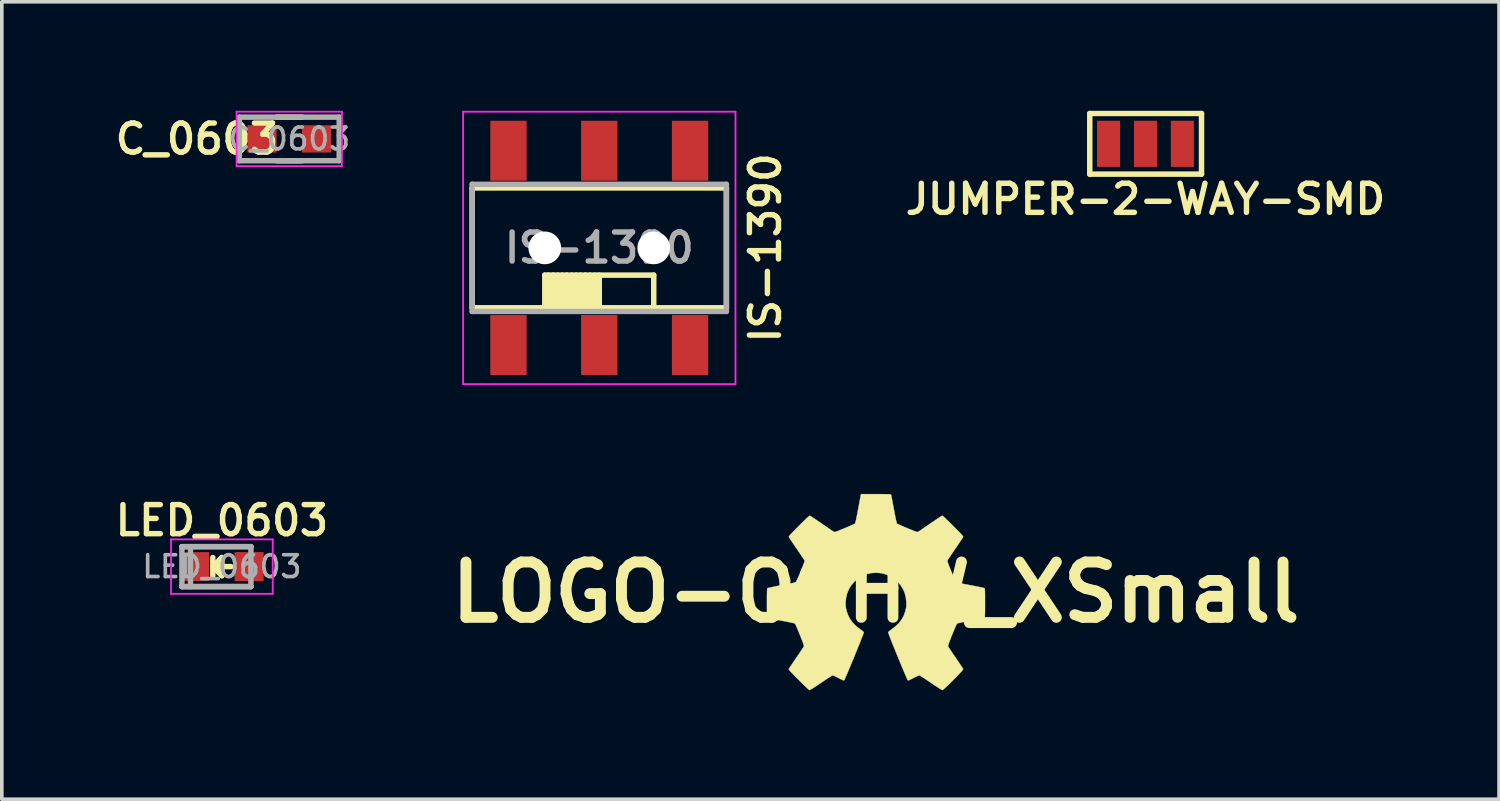
<source format=kicad_pcb>
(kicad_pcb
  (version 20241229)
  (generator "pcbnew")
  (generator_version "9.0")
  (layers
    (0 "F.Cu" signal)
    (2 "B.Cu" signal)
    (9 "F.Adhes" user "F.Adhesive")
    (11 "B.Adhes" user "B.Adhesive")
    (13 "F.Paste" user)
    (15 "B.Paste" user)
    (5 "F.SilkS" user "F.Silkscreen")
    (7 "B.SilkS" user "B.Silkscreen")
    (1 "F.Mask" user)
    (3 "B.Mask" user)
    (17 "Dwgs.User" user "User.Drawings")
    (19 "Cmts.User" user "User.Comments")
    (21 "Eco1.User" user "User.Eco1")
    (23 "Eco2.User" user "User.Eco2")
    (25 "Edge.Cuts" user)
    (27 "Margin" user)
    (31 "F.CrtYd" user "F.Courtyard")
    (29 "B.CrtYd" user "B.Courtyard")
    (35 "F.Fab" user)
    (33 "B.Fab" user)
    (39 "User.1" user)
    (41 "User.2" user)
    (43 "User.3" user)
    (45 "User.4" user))
  (footprint "IS-1390"
    (layer "F.Cu")
    (at 13.45 3.775)
    (property "Reference" "IS-1390" (at 4.572 0 90) (layer "F.SilkS") (effects (font (size 0.8 0.8) (thickness 0.15))))
    (attr through_hole)
    (fp_line (start -3.5 -1.65) (end 3.5 -1.65) (stroke (width 0.15) (type solid)) (layer "F.SilkS"))
    (fp_line (start -3.5 1.65) (end -3.5 -1.65) (stroke (width 0.15) (type solid)) (layer "F.SilkS"))
    (fp_line (start -3.5 1.65) (end 3.5 1.65) (stroke (width 0.15) (type solid)) (layer "F.SilkS"))
    (fp_line (start -1.5 1.65) (end -1.5 0.75) (stroke (width 0.15) (type solid)) (layer "F.SilkS"))
    (fp_line (start -1.397 1.65) (end -1.397 0.75) (stroke (width 0.15) (type solid)) (layer "F.SilkS"))
    (fp_line (start -1.27 1.65) (end -1.27 0.75) (stroke (width 0.15) (type solid)) (layer "F.SilkS"))
    (fp_line (start -1.143 1.65) (end -1.143 0.75) (stroke (width 0.15) (type solid)) (layer "F.SilkS"))
    (fp_line (start -1.016 1.65) (end -1.016 0.75) (stroke (width 0.15) (type solid)) (layer "F.SilkS"))
    (fp_line (start -0.889 1.65) (end -0.889 0.75) (stroke (width 0.15) (type solid)) (layer "F.SilkS"))
    (fp_line (start -0.762 1.65) (end -0.762 0.75) (stroke (width 0.15) (type solid)) (layer "F.SilkS"))
    (fp_line (start -0.635 1.65) (end -0.635 0.75) (stroke (width 0.15) (type solid)) (layer "F.SilkS"))
    (fp_line (start -0.508 1.65) (end -0.508 0.75) (stroke (width 0.15) (type solid)) (layer "F.SilkS"))
    (fp_line (start -0.381 1.65) (end -0.381 0.75) (stroke (width 0.15) (type solid)) (layer "F.SilkS"))
    (fp_line (start -0.254 1.65) (end -0.254 0.75) (stroke (width 0.15) (type solid)) (layer "F.SilkS"))
    (fp_line (start -0.127 0.75) (end -0.127 1.65) (stroke (width 0.15) (type solid)) (layer "F.SilkS"))
    (fp_line (start 0 1.65) (end 0 0.75) (stroke (width 0.15) (type solid)) (layer "F.SilkS"))
    (fp_line (start 1.5 0.75) (end -1.5 0.75) (stroke (width 0.15) (type solid)) (layer "F.SilkS"))
    (fp_line (start 1.5 1.65) (end 1.5 0.75) (stroke (width 0.15) (type solid)) (layer "F.SilkS"))
    (fp_line (start 3.5 -1.65) (end 3.5 1.65) (stroke (width 0.15) (type solid)) (layer "F.SilkS"))
    (fp_line (start -3.75 -3.75) (end -3.75 3.75) (stroke (width 0.05) (type solid)) (layer "F.CrtYd"))
    (fp_line (start -3.75 3.75) (end 3.75 3.75) (stroke (width 0.05) (type solid)) (layer "F.CrtYd"))
    (fp_line (start 3.75 -3.75) (end -3.75 -3.75) (stroke (width 0.05) (type solid)) (layer "F.CrtYd"))
    (fp_line (start 3.75 3.75) (end 3.75 -3.75) (stroke (width 0.05) (type solid)) (layer "F.CrtYd"))
    (fp_line (start -3.5 -1.75) (end 3.5 -1.75) (stroke (width 0.15) (type solid)) (layer "F.Fab"))
    (fp_line (start -3.5 1.75) (end -3.5 -1.75) (stroke (width 0.15) (type solid)) (layer "F.Fab"))
    (fp_line (start -3.5 1.75) (end 3.5 1.75) (stroke (width 0.15) (type solid)) (layer "F.Fab"))
    (fp_line (start 3.5 -1.75) (end 3.5 1.75) (stroke (width 0.15) (type solid)) (layer "F.Fab"))
    (fp_text user "${REFERENCE}" (at 0 0 0) (layer "F.Fab") (effects (font (size 0.8 0.8) (thickness 0.15))))
    (pad "" np_thru_hole circle (at -1.5 0 90) (size 0.9 0.9) (drill 0.9) (layers "*.Cu" "*.Mask"))
    (pad "" np_thru_hole circle (at 1.5 0 90) (size 0.9 0.9) (drill 0.9) (layers "*.Cu" "*.Mask"))
    (pad "1" smd rect (at -2.5 2.675 90) (size 1.65 1) (layers "F.Cu" "F.Mask" "F.Paste"))
    (pad "2" smd rect (at 0 2.675 90) (size 1.65 1) (layers "F.Cu" "F.Mask" "F.Paste"))
    (pad "3" smd rect (at 2.5 2.675 90) (size 1.65 1) (layers "F.Cu" "F.Mask" "F.Paste"))
    (pad "4" smd rect (at 2.5 -2.675 90) (size 1.65 1) (layers "F.Cu" "F.Mask" "F.Paste"))
    (pad "5" smd rect (at 0 -2.675 90) (size 1.65 1) (layers "F.Cu" "F.Mask" "F.Paste"))
    (pad "6" smd rect (at -2.5 -2.675 90) (size 1.65 1) (layers "F.Cu" "F.Mask" "F.Paste")))
  (footprint "C_0603"
    (layer "F.Cu")
    (at 4.914 0.775)
    (property "Reference" "C_0603" (at -2.54 0 0) (layer "F.SilkS") (effects (font (size 0.8 0.8) (thickness 0.15))))
    (attr smd)
    (fp_line (start -0.35 -0.6) (end 0.35 -0.6) (stroke (width 0.15) (type solid)) (layer "F.SilkS"))
    (fp_line (start 0.35 0.6) (end -0.35 0.6) (stroke (width 0.15) (type solid)) (layer "F.SilkS"))
    (fp_line (start -1.45 -0.75) (end -1.45 0.75) (stroke (width 0.05) (type solid)) (layer "F.CrtYd"))
    (fp_line (start -1.45 -0.75) (end 1.45 -0.75) (stroke (width 0.05) (type solid)) (layer "F.CrtYd"))
    (fp_line (start -1.45 0.75) (end 1.45 0.75) (stroke (width 0.05) (type solid)) (layer "F.CrtYd"))
    (fp_line (start 1.45 -0.75) (end 1.45 0.75) (stroke (width 0.05) (type solid)) (layer "F.CrtYd"))
    (fp_line (start -1.375 -0.6) (end 1.375 -0.6) (stroke (width 0.15) (type solid)) (layer "F.Fab"))
    (fp_line (start -1.375 0.6) (end -1.375 -0.6) (stroke (width 0.15) (type solid)) (layer "F.Fab"))
    (fp_line (start 1.375 -0.6) (end 1.375 0.6) (stroke (width 0.15) (type solid)) (layer "F.Fab"))
    (fp_line (start 1.375 0.6) (end -1.375 0.6) (stroke (width 0.15) (type solid)) (layer "F.Fab"))
    (fp_text user "${REFERENCE}" (at 0 0 0) (layer "F.Fab") (effects (font (size 0.6 0.6) (thickness 0.1))))
    (pad "1" smd rect (at -0.75 0) (size 0.8 0.75) (layers "F.Cu" "F.Mask" "F.Paste"))
    (pad "2" smd rect (at 0.75 0) (size 0.8 0.75) (layers "F.Cu" "F.Mask" "F.Paste")))
  (footprint "LED_0603"
    (layer "F.Cu")
    (at 3.059 12.551)
    (property "Reference" "LED_0603" (at 0 -1.27 0) (layer "F.SilkS") (effects (font (size 0.8 0.8) (thickness 0.15))))
    (attr smd)
    (fp_line (start -1.1 -0.55) (end 0.8 -0.55) (stroke (width 0.15) (type solid)) (layer "F.SilkS"))
    (fp_line (start -1.1 0.55) (end 0.8 0.55) (stroke (width 0.15) (type solid)) (layer "F.SilkS"))
    (fp_line (start -0.25 -0.25) (end -0.25 0.25) (stroke (width 0.15) (type solid)) (layer "F.SilkS"))
    (fp_line (start -0.25 0) (end 0 -0.25) (stroke (width 0.15) (type solid)) (layer "F.SilkS"))
    (fp_line (start -0.2 0) (end 0.25 0) (stroke (width 0.15) (type solid)) (layer "F.SilkS"))
    (fp_line (start 0 -0.25) (end 0 0.25) (stroke (width 0.15) (type solid)) (layer "F.SilkS"))
    (fp_line (start 0 0.25) (end -0.25 0) (stroke (width 0.15) (type solid)) (layer "F.SilkS"))
    (fp_line (start -1.4 -0.75) (end 1.4 -0.75) (stroke (width 0.05) (type solid)) (layer "F.CrtYd"))
    (fp_line (start -1.4 0.75) (end -1.4 -0.75) (stroke (width 0.05) (type solid)) (layer "F.CrtYd"))
    (fp_line (start 1.4 -0.75) (end 1.4 0.75) (stroke (width 0.05) (type solid)) (layer "F.CrtYd"))
    (fp_line (start 1.4 0.75) (end -1.4 0.75) (stroke (width 0.05) (type solid)) (layer "F.CrtYd"))
    (fp_line (start -1.1 -0.55) (end -1.1 0.55) (stroke (width 0.15) (type solid)) (layer "F.Fab"))
    (fp_line (start -1.1 -0.55) (end 0.8 -0.55) (stroke (width 0.15) (type solid)) (layer "F.Fab"))
    (fp_line (start -1.1 0.55) (end 0.8 0.55) (stroke (width 0.15) (type solid)) (layer "F.Fab"))
    (fp_line (start -0.864 -0.55) (end -0.864 0.55) (stroke (width 0.15) (type solid)) (layer "F.Fab"))
    (fp_line (start 0.8 -0.55) (end 0.8 0.55) (stroke (width 0.15) (type solid)) (layer "F.Fab"))
    (fp_text user "${REFERENCE}" (at 0 0 0) (layer "F.Fab") (effects (font (size 0.6 0.6) (thickness 0.1))))
    (pad "1" smd rect (at -0.749 0 180) (size 0.798 0.798) (layers "F.Cu" "F.Mask" "F.Paste"))
    (pad "2" smd rect (at 0.749 0 180) (size 0.798 0.798) (layers "F.Cu" "F.Mask" "F.Paste")))
  (footprint "LOGO-OSHW_XSmall"
    (layer "F.Cu")
    (at 21.064 13.258)
    (property "Reference" "LOGO-OSHW_XSmall" (at 0 0 0) (layer "F.SilkS") (effects (font (size 1.524 1.524) (thickness 0.3))))
    (attr through_hole)
    (fp_poly (pts (xy 0.107 -2.703) (xy 0.191 -2.702) (xy 0.258 -2.702) (xy 0.311 -2.701) (xy 0.35 -2.7) (xy 0.379 -2.698) (xy 0.399 -2.696) (xy 0.411 -2.694) (xy 0.417 -2.69) (xy 0.42 -2.686) (xy 0.421 -2.685) (xy 0.424 -2.671) (xy 0.43 -2.64) (xy 0.439 -2.593) (xy 0.451 -2.533) (xy 0.464 -2.462) (xy 0.479 -2.383) (xy 0.495 -2.298) (xy 0.497 -2.287) (xy 0.517 -2.182) (xy 0.533 -2.097) (xy 0.547 -2.028) (xy 0.559 -1.975) (xy 0.568 -1.936) (xy 0.576 -1.909) (xy 0.583 -1.893) (xy 0.586 -1.889) (xy 0.599 -1.881) (xy 0.628 -1.868) (xy 0.67 -1.849) (xy 0.722 -1.826) (xy 0.781 -1.801) (xy 0.843 -1.774) (xy 0.906 -1.748) (xy 0.967 -1.723) (xy 1.023 -1.701) (xy 1.071 -1.682) (xy 1.107 -1.668) (xy 1.129 -1.661) (xy 1.13 -1.661) (xy 1.15 -1.661) (xy 1.177 -1.672) (xy 1.21 -1.693) (xy 1.232 -1.708) (xy 1.268 -1.733) (xy 1.316 -1.766) (xy 1.373 -1.805) (xy 1.437 -1.848) (xy 1.504 -1.895) (xy 1.534 -1.915) (xy 1.6 -1.96) (xy 1.662 -2.002) (xy 1.717 -2.039) (xy 1.762 -2.069) (xy 1.797 -2.091) (xy 1.818 -2.104) (xy 1.823 -2.107) (xy 1.83 -2.106) (xy 1.842 -2.1) (xy 1.86 -2.087) (xy 1.885 -2.066) (xy 1.918 -2.035) (xy 1.961 -1.994) (xy 2.015 -1.942) (xy 2.081 -1.877) (xy 2.126 -1.832) (xy 2.201 -1.756) (xy 2.263 -1.693) (xy 2.313 -1.642) (xy 2.35 -1.602) (xy 2.377 -1.572) (xy 2.395 -1.55) (xy 2.404 -1.536) (xy 2.405 -1.529) (xy 2.398 -1.516) (xy 2.382 -1.489) (xy 2.356 -1.449) (xy 2.322 -1.398) (xy 2.283 -1.338) (xy 2.238 -1.272) (xy 2.189 -1.201) (xy 2.188 -1.199) (xy 2.139 -1.128) (xy 2.094 -1.061) (xy 2.054 -1.002) (xy 2.02 -0.951) (xy 1.993 -0.911) (xy 1.975 -0.883) (xy 1.968 -0.87) (xy 1.968 -0.87) (xy 1.97 -0.856) (xy 1.979 -0.826) (xy 1.994 -0.784) (xy 2.014 -0.732) (xy 2.038 -0.672) (xy 2.064 -0.609) (xy 2.091 -0.543) (xy 2.118 -0.48) (xy 2.144 -0.42) (xy 2.168 -0.368) (xy 2.189 -0.325) (xy 2.204 -0.295) (xy 2.213 -0.282) (xy 2.224 -0.276) (xy 2.247 -0.268) (xy 2.284 -0.259) (xy 2.335 -0.247) (xy 2.402 -0.233) (xy 2.486 -0.217) (xy 2.589 -0.197) (xy 2.603 -0.195) (xy 2.688 -0.179) (xy 2.767 -0.163) (xy 2.838 -0.149) (xy 2.898 -0.136) (xy 2.945 -0.126) (xy 2.977 -0.117) (xy 2.991 -0.112) (xy 2.992 -0.112) (xy 2.996 -0.107) (xy 2.999 -0.097) (xy 3.002 -0.08) (xy 3.004 -0.055) (xy 3.005 -0.02) (xy 3.006 0.027) (xy 3.007 0.089) (xy 3.007 0.167) (xy 3.007 0.262) (xy 3.007 0.295) (xy 3.007 0.398) (xy 3.007 0.482) (xy 3.006 0.55) (xy 3.005 0.603) (xy 3.003 0.642) (xy 3.001 0.67) (xy 2.999 0.687) (xy 2.995 0.697) (xy 2.993 0.7) (xy 2.98 0.704) (xy 2.95 0.712) (xy 2.904 0.722) (xy 2.845 0.735) (xy 2.776 0.748) (xy 2.698 0.764) (xy 2.62 0.778) (xy 2.536 0.794) (xy 2.459 0.809) (xy 2.389 0.823) (xy 2.33 0.836) (xy 2.284 0.846) (xy 2.253 0.854) (xy 2.24 0.858) (xy 2.229 0.872) (xy 2.212 0.906) (xy 2.188 0.959) (xy 2.157 1.031) (xy 2.12 1.122) (xy 2.1 1.172) (xy 2.066 1.256) (xy 2.04 1.324) (xy 2.02 1.377) (xy 2.005 1.417) (xy 1.996 1.447) (xy 1.991 1.468) (xy 1.989 1.482) (xy 1.991 1.492) (xy 1.992 1.496) (xy 2.001 1.509) (xy 2.019 1.538) (xy 2.047 1.578) (xy 2.081 1.63) (xy 2.121 1.689) (xy 2.166 1.755) (xy 2.203 1.808) (xy 2.249 1.876) (xy 2.293 1.94) (xy 2.331 1.998) (xy 2.362 2.046) (xy 2.386 2.083) (xy 2.401 2.108) (xy 2.406 2.116) (xy 2.4 2.128) (xy 2.381 2.152) (xy 2.352 2.186) (xy 2.313 2.228) (xy 2.268 2.277) (xy 2.217 2.33) (xy 2.162 2.386) (xy 2.106 2.442) (xy 2.051 2.497) (xy 1.998 2.549) (xy 1.949 2.595) (xy 1.906 2.635) (xy 1.871 2.665) (xy 1.846 2.685) (xy 1.833 2.692) (xy 1.833 2.692) (xy 1.82 2.687) (xy 1.792 2.671) (xy 1.752 2.646) (xy 1.701 2.613) (xy 1.642 2.575) (xy 1.576 2.531) (xy 1.515 2.489) (xy 1.446 2.442) (xy 1.381 2.399) (xy 1.323 2.36) (xy 1.273 2.329) (xy 1.234 2.305) (xy 1.208 2.29) (xy 1.198 2.286) (xy 1.181 2.291) (xy 1.151 2.303) (xy 1.11 2.322) (xy 1.062 2.346) (xy 1.035 2.36) (xy 0.982 2.388) (xy 0.943 2.407) (xy 0.916 2.418) (xy 0.899 2.423) (xy 0.888 2.423) (xy 0.88 2.418) (xy 0.873 2.405) (xy 0.859 2.376) (xy 0.839 2.331) (xy 0.814 2.273) (xy 0.785 2.205) (xy 0.752 2.127) (xy 0.716 2.041) (xy 0.678 1.95) (xy 0.639 1.855) (xy 0.599 1.758) (xy 0.56 1.662) (xy 0.521 1.567) (xy 0.484 1.476) (xy 0.45 1.391) (xy 0.419 1.313) (xy 0.392 1.244) (xy 0.37 1.186) (xy 0.354 1.142) (xy 0.343 1.112) (xy 0.34 1.1) (xy 0.34 1.1) (xy 0.351 1.087) (xy 0.374 1.066) (xy 0.408 1.04) (xy 0.448 1.011) (xy 0.449 1.011) (xy 0.558 0.925) (xy 0.649 0.833) (xy 0.722 0.733) (xy 0.778 0.625) (xy 0.817 0.506) (xy 0.824 0.478) (xy 0.834 0.428) (xy 0.84 0.384) (xy 0.842 0.338) (xy 0.841 0.282) (xy 0.84 0.259) (xy 0.825 0.128) (xy 0.792 0.006) (xy 0.741 -0.106) (xy 0.671 -0.212) (xy 0.596 -0.296) (xy 0.497 -0.382) (xy 0.39 -0.448) (xy 0.274 -0.497) (xy 0.15 -0.527) (xy 0.018 -0.538) (xy 0.005 -0.538) (xy -0.127 -0.529) (xy -0.252 -0.501) (xy -0.369 -0.454) (xy -0.477 -0.389) (xy -0.577 -0.305) (xy -0.586 -0.296) (xy -0.672 -0.197) (xy -0.739 -0.091) (xy -0.788 0.023) (xy -0.818 0.146) (xy -0.83 0.259) (xy -0.832 0.32) (xy -0.831 0.369) (xy -0.826 0.414) (xy -0.817 0.461) (xy -0.814 0.478) (xy -0.777 0.6) (xy -0.723 0.713) (xy -0.652 0.817) (xy -0.562 0.913) (xy -0.454 1.001) (xy -0.419 1.026) (xy -0.383 1.052) (xy -0.353 1.075) (xy -0.334 1.093) (xy -0.33 1.1) (xy -0.333 1.111) (xy -0.343 1.14) (xy -0.359 1.184) (xy -0.381 1.241) (xy -0.408 1.309) (xy -0.438 1.387) (xy -0.473 1.472) (xy -0.509 1.563) (xy -0.548 1.657) (xy -0.587 1.754) (xy -0.627 1.851) (xy -0.666 1.946) (xy -0.704 2.037) (xy -0.74 2.123) (xy -0.773 2.201) (xy -0.803 2.27) (xy -0.828 2.329) (xy -0.848 2.374) (xy -0.862 2.404) (xy -0.87 2.418) (xy -0.87 2.418) (xy -0.877 2.423) (xy -0.888 2.423) (xy -0.906 2.418) (xy -0.933 2.407) (xy -0.972 2.387) (xy -1.025 2.36) (xy -1.075 2.334) (xy -1.12 2.313) (xy -1.157 2.296) (xy -1.181 2.287) (xy -1.187 2.286) (xy -1.201 2.292) (xy -1.228 2.307) (xy -1.269 2.332) (xy -1.32 2.365) (xy -1.379 2.404) (xy -1.444 2.448) (xy -1.505 2.489) (xy -1.575 2.536) (xy -1.64 2.58) (xy -1.698 2.618) (xy -1.747 2.65) (xy -1.786 2.673) (xy -1.812 2.688) (xy -1.823 2.692) (xy -1.836 2.685) (xy -1.862 2.665) (xy -1.901 2.63) (xy -1.954 2.58) (xy -2.019 2.516) (xy -2.099 2.438) (xy -2.122 2.414) (xy -2.197 2.339) (xy -2.258 2.277) (xy -2.306 2.227) (xy -2.343 2.188) (xy -2.369 2.158) (xy -2.386 2.137) (xy -2.394 2.123) (xy -2.396 2.116) (xy -2.389 2.103) (xy -2.372 2.076) (xy -2.346 2.036) (xy -2.313 1.986) (xy -2.273 1.927) (xy -2.229 1.862) (xy -2.192 1.808) (xy -2.145 1.739) (xy -2.101 1.675) (xy -2.062 1.617) (xy -2.029 1.568) (xy -2.004 1.53) (xy -1.988 1.505) (xy -1.982 1.496) (xy -1.979 1.487) (xy -1.979 1.475) (xy -1.983 1.458) (xy -1.99 1.433) (xy -2.002 1.398) (xy -2.019 1.351) (xy -2.043 1.29) (xy -2.073 1.214) (xy -2.09 1.172) (xy -2.13 1.072) (xy -2.164 0.991) (xy -2.191 0.929) (xy -2.212 0.886) (xy -2.226 0.863) (xy -2.23 0.858) (xy -2.244 0.853) (xy -2.276 0.845) (xy -2.324 0.835) (xy -2.384 0.822) (xy -2.454 0.808) (xy -2.533 0.793) (xy -2.61 0.778) (xy -2.693 0.763) (xy -2.77 0.748) (xy -2.839 0.734) (xy -2.897 0.721) (xy -2.942 0.711) (xy -2.972 0.704) (xy -2.983 0.7) (xy -2.987 0.694) (xy -2.99 0.68) (xy -2.992 0.658) (xy -2.994 0.625) (xy -2.995 0.58) (xy -2.996 0.52) (xy -2.997 0.445) (xy -2.997 0.352) (xy -2.997 0.295) (xy -2.997 0.193) (xy -2.997 0.111) (xy -2.996 0.045) (xy -2.995 -0.007) (xy -2.994 -0.046) (xy -2.992 -0.074) (xy -2.99 -0.093) (xy -2.987 -0.104) (xy -2.983 -0.111) (xy -2.981 -0.112) (xy -2.968 -0.117) (xy -2.937 -0.125) (xy -2.891 -0.135) (xy -2.831 -0.148) (xy -2.761 -0.162) (xy -2.683 -0.178) (xy -2.598 -0.194) (xy -2.593 -0.195) (xy -2.488 -0.215) (xy -2.401 -0.232) (xy -2.332 -0.246) (xy -2.279 -0.257) (xy -2.241 -0.267) (xy -2.216 -0.275) (xy -2.204 -0.281) (xy -2.203 -0.282) (xy -2.193 -0.298) (xy -2.177 -0.329) (xy -2.156 -0.372) (xy -2.132 -0.425) (xy -2.106 -0.485) (xy -2.078 -0.549) (xy -2.051 -0.615) (xy -2.025 -0.678) (xy -2.002 -0.737) (xy -1.982 -0.789) (xy -1.968 -0.83) (xy -1.959 -0.858) (xy -1.957 -0.87) (xy -1.965 -0.882) (xy -1.982 -0.91) (xy -2.009 -0.95) (xy -2.043 -1) (xy -2.083 -1.06) (xy -2.128 -1.126) (xy -2.176 -1.197) (xy -2.178 -1.199) (xy -2.226 -1.27) (xy -2.271 -1.336) (xy -2.311 -1.396) (xy -2.345 -1.447) (xy -2.371 -1.488) (xy -2.388 -1.516) (xy -2.395 -1.529) (xy -2.395 -1.529) (xy -2.392 -1.538) (xy -2.382 -1.554) (xy -2.363 -1.577) (xy -2.334 -1.609) (xy -2.294 -1.651) (xy -2.243 -1.704) (xy -2.178 -1.769) (xy -2.116 -1.832) (xy -2.042 -1.905) (xy -1.981 -1.965) (xy -1.932 -2.012) (xy -1.893 -2.049) (xy -1.864 -2.075) (xy -1.842 -2.093) (xy -1.827 -2.103) (xy -1.817 -2.107) (xy -1.813 -2.107) (xy -1.8 -2.099) (xy -1.772 -2.082) (xy -1.733 -2.056) (xy -1.682 -2.023) (xy -1.624 -1.983) (xy -1.56 -1.94) (xy -1.524 -1.915) (xy -1.456 -1.868) (xy -1.39 -1.823) (xy -1.33 -1.782) (xy -1.277 -1.746) (xy -1.236 -1.717) (xy -1.207 -1.698) (xy -1.199 -1.693) (xy -1.164 -1.671) (xy -1.138 -1.661) (xy -1.119 -1.661) (xy -1.097 -1.668) (xy -1.061 -1.682) (xy -1.013 -1.7) (xy -0.957 -1.723) (xy -0.896 -1.748) (xy -0.833 -1.774) (xy -0.77 -1.801) (xy -0.712 -1.826) (xy -0.66 -1.849) (xy -0.618 -1.868) (xy -0.589 -1.882) (xy -0.576 -1.889) (xy -0.57 -1.899) (xy -0.563 -1.918) (xy -0.554 -1.949) (xy -0.544 -1.992) (xy -0.532 -2.05) (xy -0.517 -2.123) (xy -0.5 -2.214) (xy -0.487 -2.282) (xy -0.471 -2.368) (xy -0.456 -2.447) (xy -0.443 -2.519) (xy -0.431 -2.581) (xy -0.422 -2.629) (xy -0.415 -2.663) (xy -0.412 -2.679) (xy -0.412 -2.68) (xy -0.406 -2.703) (xy 0.005 -2.703) (xy 0.107 -2.703)) (stroke (width 0.01) (type solid)) (fill yes) (layer "F.SilkS")))
  (footprint "JUMPER-2-WAY-SMD"
    (layer "F.Cu")
    (at 28.489 0.91)
    (property "Reference" "JUMPER-2-WAY-SMD" (at 0 1.524 0) (layer "F.SilkS") (effects (font (size 0.8 0.8) (thickness 0.15))))
    (attr exclude_from_pos_files exclude_from_bom)
    (fp_line (start -1.534 -0.835) (end -1.534 0.835) (stroke (width 0.15) (type solid)) (layer "F.SilkS"))
    (fp_line (start -1.534 0.835) (end 1.543 0.835) (stroke (width 0.15) (type solid)) (layer "F.SilkS"))
    (fp_line (start 1.543 -0.835) (end -1.534 -0.835) (stroke (width 0.15) (type solid)) (layer "F.SilkS"))
    (fp_line (start 1.543 0.835) (end 1.543 -0.835) (stroke (width 0.15) (type solid)) (layer "F.SilkS"))
    (pad "1" smd rect (at -1.016 0) (size 0.635 1.27) (layers "F.Cu" "F.Mask" "F.Paste"))
    (pad "2" smd rect (at 0 0) (size 0.635 1.27) (layers "F.Cu" "F.Mask" "F.Paste"))
    (pad "3" smd rect (at 1.016 0) (size 0.635 1.27) (layers "F.Cu" "F.Mask" "F.Paste")))
  (gr_rect
    (start -3 -3)
    (end 38.224 18.955)
    (stroke (width 0.1) (type default))
    (fill no)
    (layer "Edge.Cuts")))
</source>
